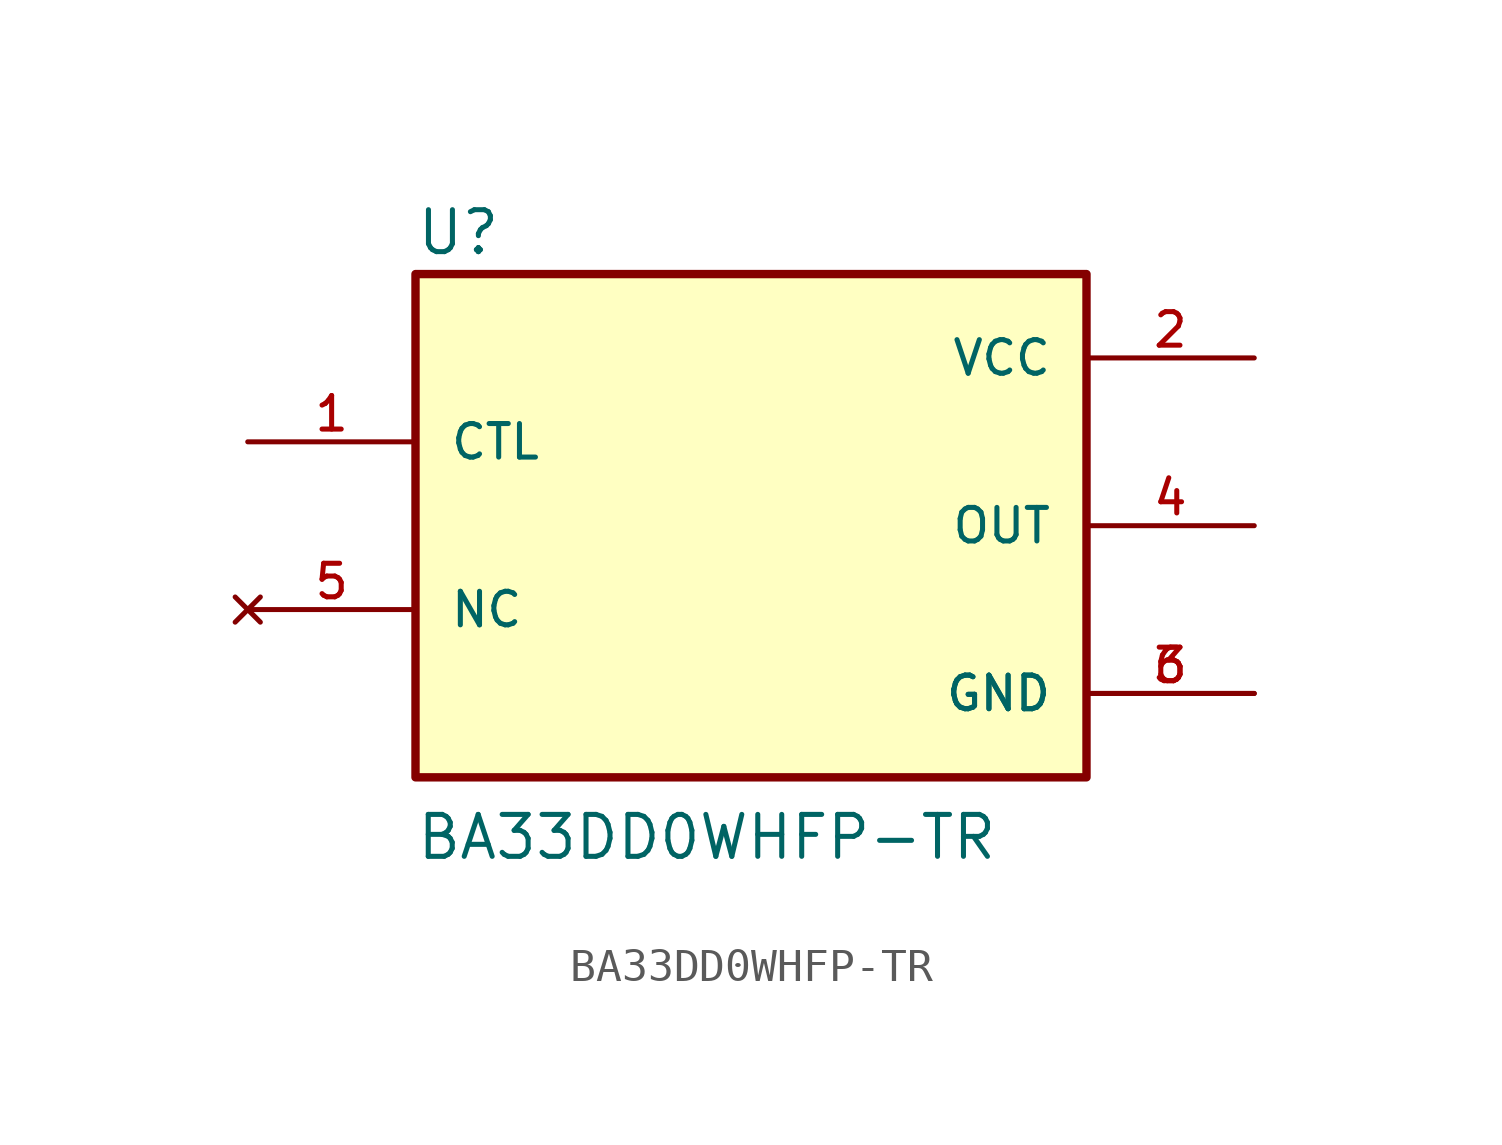
<source format=kicad_sym>
(kicad_symbol_lib
  (version 20211014)
  (generator kicad_symbol_editor)
  (symbol "BA33DD0WHFP-TR"
    (pin_names
      (offset 1.016))
    (property "Reference" "U"
      (at -10.17 8.136 0)
      (effects (font (size 1.27 1.27)) (justify bottom left)))
    (property "Value" "BA33DD0WHFP-TR"
      (at -10.176 -10.176 0)
      (effects (font (size 1.27 1.27)) (justify bottom left)))
    (symbol "BA33DD0WHFP-TR_0_0"
      (rectangle (start -10.16 -7.62) (end 10.16 7.62) (stroke (width 0.254)) (fill (type background)))
      (pin input line (at -15.24 2.54 0) (length 5.08) (name "CTL" (effects (font (size 1.016 1.016)))) (number "1" (effects (font (size 1.016 1.016)))))
      (pin power_in line (at 15.24 5.08 180.0) (length 5.08) (name "VCC" (effects (font (size 1.016 1.016)))) (number "2" (effects (font (size 1.016 1.016)))))
      (pin power_in line (at 15.24 -5.08 180.0) (length 5.08) (name "GND" (effects (font (size 1.016 1.016)))) (number "3" (effects (font (size 1.016 1.016)))))
      (pin power_in line (at 15.24 -5.08 180.0) (length 5.08) (name "GND" (effects (font (size 1.016 1.016)))) (number "6" (effects (font (size 1.016 1.016)))))
      (pin output line (at 15.24 0.0 180.0) (length 5.08) (name "OUT" (effects (font (size 1.016 1.016)))) (number "4" (effects (font (size 1.016 1.016)))))
      (pin no_connect line (at -15.24 -2.54 0) (length 5.08) (name "NC" (effects (font (size 1.016 1.016)))) (number "5" (effects (font (size 1.016 1.016))))))))
</source>
